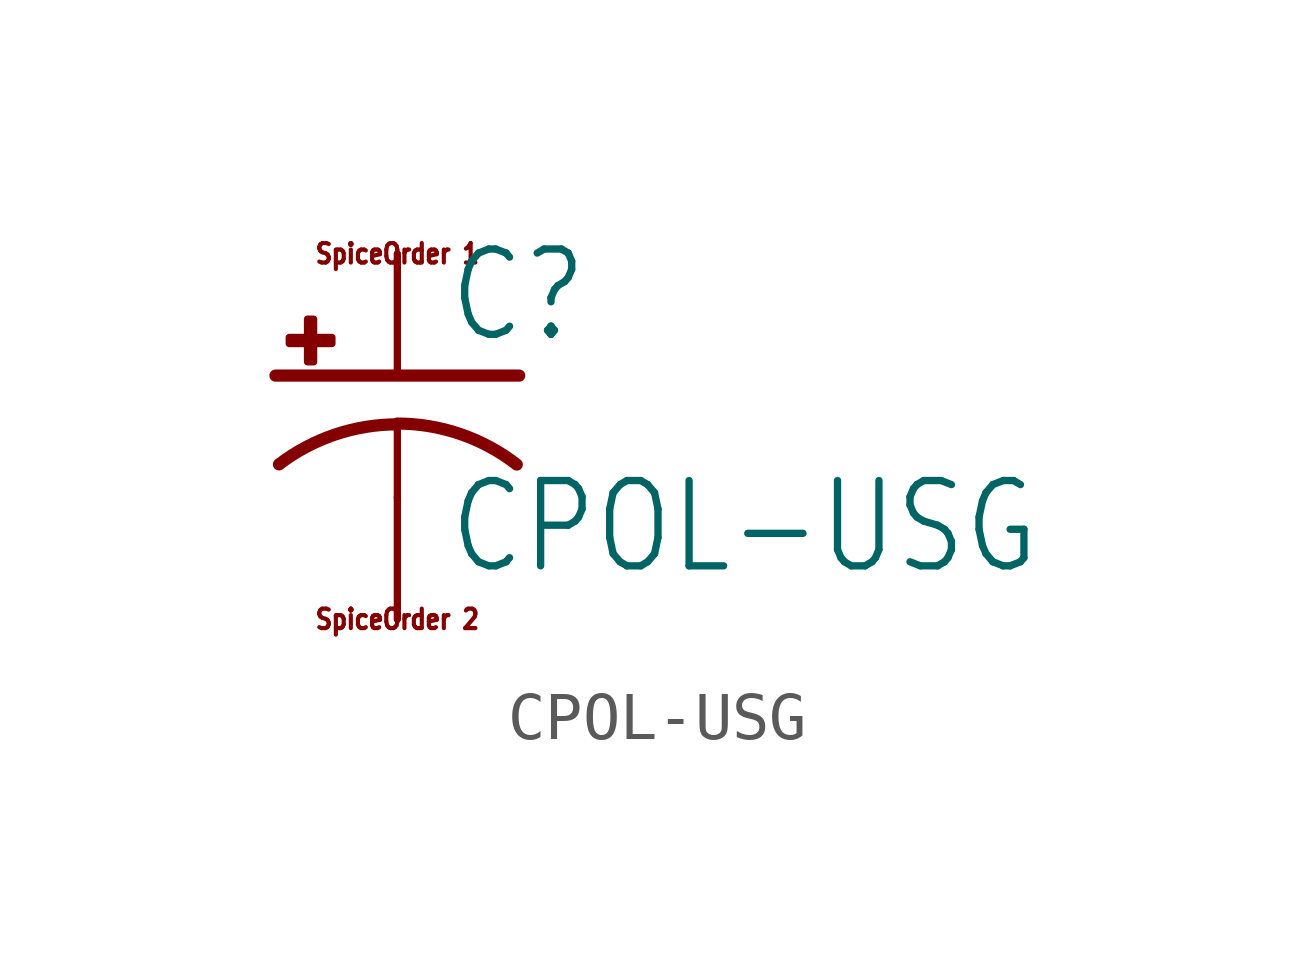
<source format=kicad_sym>
(kicad_symbol_lib
  (version 20211014)
  (generator kicad_symbol_editor)
  (symbol "CPOL-USG"
    (property "Reference" "C"
      (at 1.016 0.635 0)
      (effects (font (size 1.778 1.511)) (justify left bottom)))
    (property "Value" "CPOL-USG"
      (at 1.016 -4.191 0)
      (effects (font (size 1.778 1.511)) (justify left bottom)))
    (property "ki_locked" ""
      (at 0 0 0)
      (effects (font (size 1.27 1.27))))
    (symbol "CPOL-USG_1_0"
      (rectangle (start -2.253 0.668) (end -1.364 0.795) (stroke (width 0) (type default) (color 0 0 0 0)) (fill (type outline)))
      (rectangle (start -1.872 0.287) (end -1.745 1.176) (stroke (width 0) (type default) (color 0 0 0 0)) (fill (type outline)))
      (arc (start 0 -1.0161) (mid -1.3021 -1.2302) (end -2.4669 -1.8504) (stroke (width 0.254) (type default) (color 0 0 0 0)) (fill (type none)))
      (polyline (pts (xy -2.54 0) (xy 2.54 0)) (stroke (width 0.254) (type default) (color 0 0 0 0)) (fill (type none)))
      (polyline (pts (xy 0 -1.016) (xy 0 -2.54)) (stroke (width 0.152) (type default) (color 0 0 0 0)) (fill (type none)))
      (arc (start 2.4892 -1.8542) (mid 1.3158 -1.2195) (end 0 -1) (stroke (width 0.254) (type default) (color 0 0 0 0)) (fill (type none)))
      (text "SpiceOrder 1" (at 0 2.54 0) (effects (font (size 0.406 0.345))))
      (text "SpiceOrder 2" (at 0 -5.08 0) (effects (font (size 0.406 0.345))))
      (pin passive line (at 0 2.54 270) (length 2.54) (name "+" (effects (font (size 0 0)))) (number "+" (effects (font (size 0 0)))))
      (pin passive line (at 0 -5.08 90) (length 2.54) (name "-" (effects (font (size 0 0)))) (number "-" (effects (font (size 0 0))))))))
</source>
